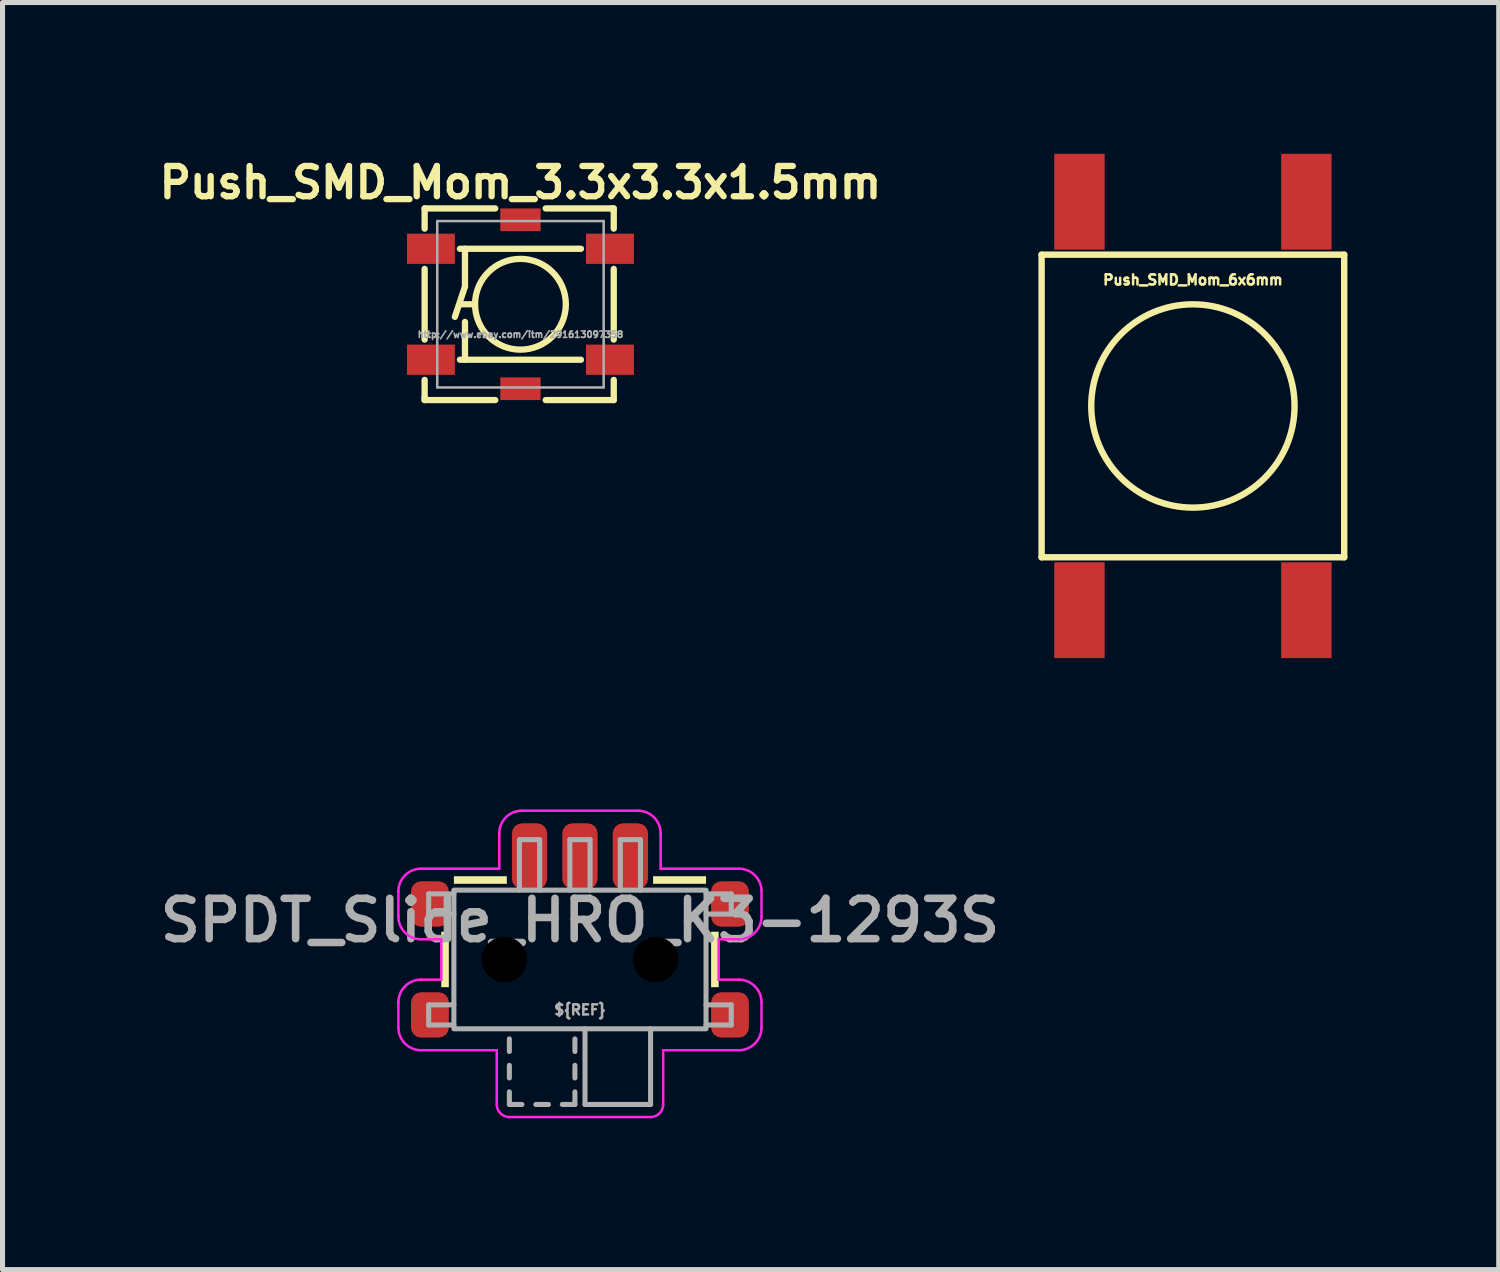
<source format=kicad_pcb>
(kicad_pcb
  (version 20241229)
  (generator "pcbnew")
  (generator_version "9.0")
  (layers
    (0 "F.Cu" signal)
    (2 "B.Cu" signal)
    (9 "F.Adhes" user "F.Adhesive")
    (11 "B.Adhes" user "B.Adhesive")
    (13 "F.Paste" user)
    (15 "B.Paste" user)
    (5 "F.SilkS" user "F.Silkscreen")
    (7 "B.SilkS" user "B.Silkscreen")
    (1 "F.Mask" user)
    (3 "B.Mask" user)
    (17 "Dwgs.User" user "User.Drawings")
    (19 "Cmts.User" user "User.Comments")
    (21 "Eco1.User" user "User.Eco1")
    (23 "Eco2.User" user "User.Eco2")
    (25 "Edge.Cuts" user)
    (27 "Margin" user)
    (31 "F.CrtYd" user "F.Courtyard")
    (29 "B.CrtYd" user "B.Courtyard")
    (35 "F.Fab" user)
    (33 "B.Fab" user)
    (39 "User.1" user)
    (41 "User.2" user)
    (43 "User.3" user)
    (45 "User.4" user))
  (footprint "SPDT_Slide_HRO_K3-1293S"
    (layer "F.Cu")
    (at 8.45 15.975)
    (property "Reference" "SPDT_Slide_HRO_K3-1293S" (at 0 -0.775 0) (unlocked yes) (layer "F.Fab") (effects (font (size 0.8 0.8) (thickness 0.15))))
    (attr through_hole)
    (fp_poly (pts (xy -2.6 0.55) (xy -2.75 0.55) (xy -2.75 -0.55) (xy -2.6 -0.55)) (stroke (width 0) (type solid)) (fill yes) (layer "F.SilkS"))
    (fp_poly (pts (xy -1.45 -1.5) (xy -2.5 -1.5) (xy -2.5 -1.65) (xy -1.45 -1.65)) (stroke (width 0) (type solid)) (fill yes) (layer "F.SilkS"))
    (fp_poly (pts (xy 2.5 -1.5) (xy 1.45 -1.5) (xy 1.45 -1.65) (xy 2.5 -1.65)) (stroke (width 0) (type solid)) (fill yes) (layer "F.SilkS"))
    (fp_poly (pts (xy 2.75 0.55) (xy 2.6 0.55) (xy 2.6 -0.55) (xy 2.75 -0.55)) (stroke (width 0) (type solid)) (fill yes) (layer "F.SilkS"))
    (fp_line (start -3.6 -0.85) (end -3.6 -1.35) (stroke (width 0.05) (type solid)) (layer "F.CrtYd"))
    (fp_line (start -3.6 1.35) (end -3.6 0.85) (stroke (width 0.05) (type solid)) (layer "F.CrtYd"))
    (fp_line (start -3.15 -1.8) (end -1.6 -1.8) (stroke (width 0.05) (type solid)) (layer "F.CrtYd"))
    (fp_line (start -3.15 0.4) (end -2.75 0.4) (stroke (width 0.05) (type solid)) (layer "F.CrtYd"))
    (fp_line (start -2.75 -0.4) (end -3.15 -0.4) (stroke (width 0.05) (type solid)) (layer "F.CrtYd"))
    (fp_line (start -2.75 0.4) (end -2.75 -0.4) (stroke (width 0.05) (type solid)) (layer "F.CrtYd"))
    (fp_line (start -1.65 1.8) (end -3.15 1.8) (stroke (width 0.05) (type solid)) (layer "F.CrtYd"))
    (fp_line (start -1.65 2.875) (end -1.65 1.8) (stroke (width 0.05) (type solid)) (layer "F.CrtYd"))
    (fp_line (start -1.6 -1.8) (end -1.6 -2.5) (stroke (width 0.05) (type solid)) (layer "F.CrtYd"))
    (fp_line (start -1.15 -2.95) (end 1.15 -2.95) (stroke (width 0.05) (type solid)) (layer "F.CrtYd"))
    (fp_line (start 1.4 3.125) (end -1.4 3.125) (stroke (width 0.05) (type solid)) (layer "F.CrtYd"))
    (fp_line (start 1.6 -2.5) (end 1.6 -1.8) (stroke (width 0.05) (type solid)) (layer "F.CrtYd"))
    (fp_line (start 1.6 -1.8) (end 3.15 -1.8) (stroke (width 0.05) (type solid)) (layer "F.CrtYd"))
    (fp_line (start 1.65 2.875) (end 1.65 1.8) (stroke (width 0.05) (type solid)) (layer "F.CrtYd"))
    (fp_line (start 2.75 -0.4) (end 3.15 -0.4) (stroke (width 0.05) (type solid)) (layer "F.CrtYd"))
    (fp_line (start 2.75 0.4) (end 2.75 -0.4) (stroke (width 0.05) (type solid)) (layer "F.CrtYd"))
    (fp_line (start 3.15 0.4) (end 2.75 0.4) (stroke (width 0.05) (type solid)) (layer "F.CrtYd"))
    (fp_line (start 3.15 1.8) (end 1.65 1.8) (stroke (width 0.05) (type solid)) (layer "F.CrtYd"))
    (fp_line (start 3.6 -1.375) (end 3.6 -0.85) (stroke (width 0.05) (type solid)) (layer "F.CrtYd"))
    (fp_line (start 3.6 0.85) (end 3.6 1.35) (stroke (width 0.05) (type solid)) (layer "F.CrtYd"))
    (fp_arc (start -3.6 -1.35) (mid -3.468198 -1.668198) (end -3.15 -1.8) (stroke (width 0.05) (type solid)) (layer "F.CrtYd"))
    (fp_arc (start -3.6 0.85) (mid -3.468198 0.531802) (end -3.15 0.4) (stroke (width 0.05) (type solid)) (layer "F.CrtYd"))
    (fp_arc (start -3.15 -0.4) (mid -3.468198 -0.531802) (end -3.6 -0.85) (stroke (width 0.05) (type solid)) (layer "F.CrtYd"))
    (fp_arc (start -3.15 1.8) (mid -3.468198 1.668198) (end -3.6 1.35) (stroke (width 0.05) (type solid)) (layer "F.CrtYd"))
    (fp_arc (start -1.6 -2.5) (mid -1.468198 -2.818198) (end -1.15 -2.95) (stroke (width 0.05) (type solid)) (layer "F.CrtYd"))
    (fp_arc (start -1.4 3.125) (mid -1.576777 3.051777) (end -1.65 2.875) (stroke (width 0.05) (type solid)) (layer "F.CrtYd"))
    (fp_arc (start 1.15 -2.95) (mid 1.468198 -2.818198) (end 1.6 -2.5) (stroke (width 0.05) (type solid)) (layer "F.CrtYd"))
    (fp_arc (start 1.65 2.875) (mid 1.576777 3.051777) (end 1.4 3.125) (stroke (width 0.05) (type solid)) (layer "F.CrtYd"))
    (fp_arc (start 3.15 0.4) (mid 3.468198 0.531802) (end 3.6 0.85) (stroke (width 0.05) (type solid)) (layer "F.CrtYd"))
    (fp_arc (start 3.150001 -1.800693) (mid 3.459724 -1.677407) (end 3.599999 -1.374999) (stroke (width 0.05) (type solid)) (layer "F.CrtYd"))
    (fp_arc (start 3.6 -0.85) (mid 3.468198 -0.531802) (end 3.15 -0.4) (stroke (width 0.05) (type solid)) (layer "F.CrtYd"))
    (fp_arc (start 3.6 1.35) (mid 3.468198 1.668198) (end 3.15 1.8) (stroke (width 0.05) (type solid)) (layer "F.CrtYd"))
    (fp_line (start -3 -1.3) (end -2.5 -1.3) (stroke (width 0.1) (type solid)) (layer "F.Fab"))
    (fp_line (start -3 -0.9) (end -3 -1.3) (stroke (width 0.1) (type solid)) (layer "F.Fab"))
    (fp_line (start -3 0.9) (end -3 1.3) (stroke (width 0.1) (type solid)) (layer "F.Fab"))
    (fp_line (start -3 1.3) (end -2.5 1.3) (stroke (width 0.1) (type solid)) (layer "F.Fab"))
    (fp_line (start -2.5 -0.9) (end -3 -0.9) (stroke (width 0.1) (type solid)) (layer "F.Fab"))
    (fp_line (start -2.5 0.9) (end -3 0.9) (stroke (width 0.1) (type solid)) (layer "F.Fab"))
    (fp_line (start -1.4 1.575) (end -1.4 1.825) (stroke (width 0.1) (type solid)) (layer "F.Fab"))
    (fp_line (start -1.4 2.1) (end -1.4 2.35) (stroke (width 0.1) (type solid)) (layer "F.Fab"))
    (fp_line (start -1.4 2.875) (end -1.4 2.625) (stroke (width 0.1) (type solid)) (layer "F.Fab"))
    (fp_line (start -1.4 2.875) (end -1.15 2.875) (stroke (width 0.1) (type solid)) (layer "F.Fab"))
    (fp_line (start -1.2 -2.375) (end -1.2 -1.375) (stroke (width 0.1) (type solid)) (layer "F.Fab"))
    (fp_line (start -0.875 2.875) (end -0.625 2.875) (stroke (width 0.1) (type solid)) (layer "F.Fab"))
    (fp_line (start -0.8 -2.375) (end -1.2 -2.375) (stroke (width 0.1) (type solid)) (layer "F.Fab"))
    (fp_line (start -0.8 -1.375) (end -0.8 -2.375) (stroke (width 0.1) (type solid)) (layer "F.Fab"))
    (fp_line (start -0.2 -2.375) (end -0.2 -1.375) (stroke (width 0.1) (type solid)) (layer "F.Fab"))
    (fp_line (start -0.1 1.825) (end -0.1 1.575) (stroke (width 0.1) (type solid)) (layer "F.Fab"))
    (fp_line (start -0.1 2.35) (end -0.1 2.1) (stroke (width 0.1) (type solid)) (layer "F.Fab"))
    (fp_line (start -0.1 2.875) (end -0.35 2.875) (stroke (width 0.1) (type solid)) (layer "F.Fab"))
    (fp_line (start -0.1 2.875) (end -0.1 2.625) (stroke (width 0.1) (type solid)) (layer "F.Fab"))
    (fp_line (start 0.1 2.875) (end 0.1 1.375) (stroke (width 0.1) (type solid)) (layer "F.Fab"))
    (fp_line (start 0.2 -2.375) (end -0.2 -2.375) (stroke (width 0.1) (type solid)) (layer "F.Fab"))
    (fp_line (start 0.2 -1.375) (end 0.2 -2.375) (stroke (width 0.1) (type solid)) (layer "F.Fab"))
    (fp_line (start 0.8 -2.375) (end 1.2 -2.375) (stroke (width 0.1) (type solid)) (layer "F.Fab"))
    (fp_line (start 0.8 -1.375) (end 0.8 -2.375) (stroke (width 0.1) (type solid)) (layer "F.Fab"))
    (fp_line (start 1.2 -2.375) (end 1.2 -1.375) (stroke (width 0.1) (type solid)) (layer "F.Fab"))
    (fp_line (start 1.4 1.375) (end 1.4 2.875) (stroke (width 0.1) (type solid)) (layer "F.Fab"))
    (fp_line (start 1.4 2.875) (end 0.1 2.875) (stroke (width 0.1) (type solid)) (layer "F.Fab"))
    (fp_line (start 2.5 -0.9) (end 3 -0.9) (stroke (width 0.1) (type solid)) (layer "F.Fab"))
    (fp_line (start 2.5 0.9) (end 3 0.9) (stroke (width 0.1) (type solid)) (layer "F.Fab"))
    (fp_line (start 3 -1.3) (end 2.5 -1.3) (stroke (width 0.1) (type solid)) (layer "F.Fab"))
    (fp_line (start 3 -0.9) (end 3 -1.3) (stroke (width 0.1) (type solid)) (layer "F.Fab"))
    (fp_line (start 3 0.9) (end 3 1.3) (stroke (width 0.1) (type solid)) (layer "F.Fab"))
    (fp_line (start 3 1.3) (end 2.5 1.3) (stroke (width 0.1) (type solid)) (layer "F.Fab"))
    (fp_rect (start -2.5 -1.375) (end 2.5 1.375) (stroke (width 0.1) (type solid)) (fill no) (layer "F.Fab"))
    (fp_text user "${REF}" (at 0 1 0) (unlocked yes) (layer "F.Fab") (effects (font (size 0.2 0.2) (thickness 0.05))))
    (pad "" np_thru_hole circle (at -1.5 0) (size 1.1 1.1) (drill 0.9) (layers "*.Mask"))
    (pad "" np_thru_hole circle (at 1.5 0) (size 1.1 1.1) (drill 0.9) (layers "*.Mask"))
    (pad "1" smd roundrect (at 1 -2.05) (size 0.7 1.3) (layers "F.Cu" "F.Mask" "F.Paste") (roundrect_rratio 0.286))
    (pad "2" smd roundrect (at 0 -2.05) (size 0.7 1.3) (layers "F.Cu" "F.Mask" "F.Paste") (roundrect_rratio 0.286))
    (pad "3" smd roundrect (at -1 -2.05) (size 0.7 1.3) (layers "F.Cu" "F.Mask" "F.Paste") (roundrect_rratio 0.286))
    (pad "MP" smd roundrect (at -2.975 -1.1) (size 0.75 0.9) (layers "F.Cu" "F.Mask" "F.Paste") (roundrect_rratio 0.267))
    (pad "MP" smd roundrect (at -2.975 1.1) (size 0.75 0.9) (layers "F.Cu" "F.Mask" "F.Paste") (roundrect_rratio 0.267))
    (pad "MP" smd roundrect (at 2.975 -1.1) (size 0.75 0.9) (layers "F.Cu" "F.Mask" "F.Paste") (roundrect_rratio 0.267))
    (pad "MP" smd roundrect (at 2.975 1.1) (size 0.75 0.9) (layers "F.Cu" "F.Mask" "F.Paste") (roundrect_rratio 0.267)))
  (footprint "Push_SMD_Mom_3.3x3.3x1.5mm"
    (layer "F.Cu")
    (at 7.27 2.983)
    (property "Reference" "Push_SMD_Mom_3.3x3.3x1.5mm" (at 0 -2.413 0) (layer "F.SilkS") (effects (font (size 0.6 0.6) (thickness 0.125))))
    (attr smd)
    (fp_line (start -1.9 -1.9) (end -0.5 -1.9) (stroke (width 0.125) (type solid)) (layer "F.SilkS"))
    (fp_line (start -1.9 -1.5) (end -1.9 -1.9) (stroke (width 0.125) (type solid)) (layer "F.SilkS"))
    (fp_line (start -1.9 -0.7) (end -1.9 0.7) (stroke (width 0.125) (type solid)) (layer "F.SilkS"))
    (fp_line (start -1.9 1.5) (end -1.9 1.85) (stroke (width 0.125) (type solid)) (layer "F.SilkS"))
    (fp_line (start -1.9 1.85) (end -1.9 1.9) (stroke (width 0.125) (type solid)) (layer "F.SilkS"))
    (fp_line (start -1.9 1.9) (end -0.5 1.9) (stroke (width 0.125) (type solid)) (layer "F.SilkS"))
    (fp_line (start -1.2 -1.1) (end 1.2 -1.1) (stroke (width 0.125) (type solid)) (layer "F.SilkS"))
    (fp_line (start -1.2 1.1) (end 1.2 1.1) (stroke (width 0.125) (type solid)) (layer "F.SilkS"))
    (fp_line (start -1.1 -1.1) (end -1.1 -0.35) (stroke (width 0.125) (type solid)) (layer "F.SilkS"))
    (fp_line (start -1.1 -0.35) (end -1.3 0.25) (stroke (width 0.125) (type solid)) (layer "F.SilkS"))
    (fp_line (start -1.1 1.1) (end -1.1 0.35) (stroke (width 0.125) (type solid)) (layer "F.SilkS"))
    (fp_line (start -0.9 0) (end -1.2 0) (stroke (width 0.125) (type solid)) (layer "F.SilkS"))
    (fp_line (start 0.5 -1.9) (end 1.8 -1.9) (stroke (width 0.125) (type solid)) (layer "F.SilkS"))
    (fp_line (start 0.5 1.9) (end 1.85 1.9) (stroke (width 0.125) (type solid)) (layer "F.SilkS"))
    (fp_line (start 1.8 -1.9) (end 1.85 -1.9) (stroke (width 0.125) (type solid)) (layer "F.SilkS"))
    (fp_line (start 1.85 -1.9) (end 1.85 -1.5) (stroke (width 0.125) (type solid)) (layer "F.SilkS"))
    (fp_line (start 1.85 -0.7) (end 1.85 0.7) (stroke (width 0.125) (type solid)) (layer "F.SilkS"))
    (fp_line (start 1.85 1.9) (end 1.85 1.5) (stroke (width 0.125) (type solid)) (layer "F.SilkS"))
    (fp_circle (center 0 0) (end 0 -0.9) (stroke (width 0.125) (type solid)) (fill no) (layer "F.SilkS"))
    (fp_line (start -1.65 -1.65) (end 1.65 -1.65) (stroke (width 0.05) (type solid)) (layer "F.Fab"))
    (fp_line (start -1.65 1.65) (end -1.65 -1.65) (stroke (width 0.05) (type solid)) (layer "F.Fab"))
    (fp_line (start 1.65 -1.65) (end 1.65 1.65) (stroke (width 0.05) (type solid)) (layer "F.Fab"))
    (fp_line (start 1.65 1.65) (end -1.65 1.65) (stroke (width 0.05) (type solid)) (layer "F.Fab"))
    (fp_text user "http://www.ebay.com/itm/291613097358" (at 0 0.6 0) (layer "F.Fab") (effects (font (size 0.127 0.127) (thickness 0.032))))
    (pad "1" smd rect (at -1.775 -1.1) (size 0.95 0.6) (layers "F.Cu" "F.Mask" "F.Paste"))
    (pad "1" smd rect (at 1.775 -1.1) (size 0.95 0.6) (layers "F.Cu" "F.Mask" "F.Paste"))
    (pad "2" smd rect (at -1.775 1.1) (size 0.95 0.6) (layers "F.Cu" "F.Mask" "F.Paste"))
    (pad "2" smd rect (at 1.775 1.1) (size 0.95 0.6) (layers "F.Cu" "F.Mask" "F.Paste"))
    (pad "MP" smd rect (at 0 -1.675) (size 0.8 0.45) (layers "F.Cu" "F.Mask" "F.Paste"))
    (pad "MP" smd rect (at 0 1.675) (size 0.8 0.45) (layers "F.Cu" "F.Mask" "F.Paste")))
  (footprint "Push_SMD_Mom_6x6mm"
    (layer "F.Cu")
    (at 20.604 5)
    (property "Reference" "Push_SMD_Mom_6x6mm" (at 0 -2.5 0) (layer "F.SilkS") (effects (font (size 0.2 0.2) (thickness 0.05))))
    (attr smd)
    (fp_line (start -3 -3) (end 3 -3) (stroke (width 0.127) (type solid)) (layer "F.SilkS"))
    (fp_line (start -3 3) (end -3 -3) (stroke (width 0.127) (type solid)) (layer "F.SilkS"))
    (fp_line (start 3 -3) (end 3 3) (stroke (width 0.127) (type solid)) (layer "F.SilkS"))
    (fp_line (start 3 3) (end -3 3) (stroke (width 0.127) (type solid)) (layer "F.SilkS"))
    (fp_circle (center 0 0) (end 1 -1.75) (stroke (width 0.127) (type solid)) (fill no) (layer "F.SilkS"))
    (pad "1" smd rect (at -2.25 4.05) (size 1 1.9) (layers "F.Cu" "F.Mask" "F.Paste"))
    (pad "1" smd rect (at 2.25 4.05) (size 1 1.9) (layers "F.Cu" "F.Mask" "F.Paste"))
    (pad "2" smd rect (at -2.25 -4.05) (size 1 1.9) (layers "F.Cu" "F.Mask" "F.Paste"))
    (pad "2" smd rect (at 2.25 -4.05) (size 1 1.9) (layers "F.Cu" "F.Mask" "F.Paste")))
  (gr_rect
    (start -3 -3)
    (end 26.668 22.125)
    (stroke (width 0.1) (type default))
    (fill no)
    (layer "Edge.Cuts")))
</source>
